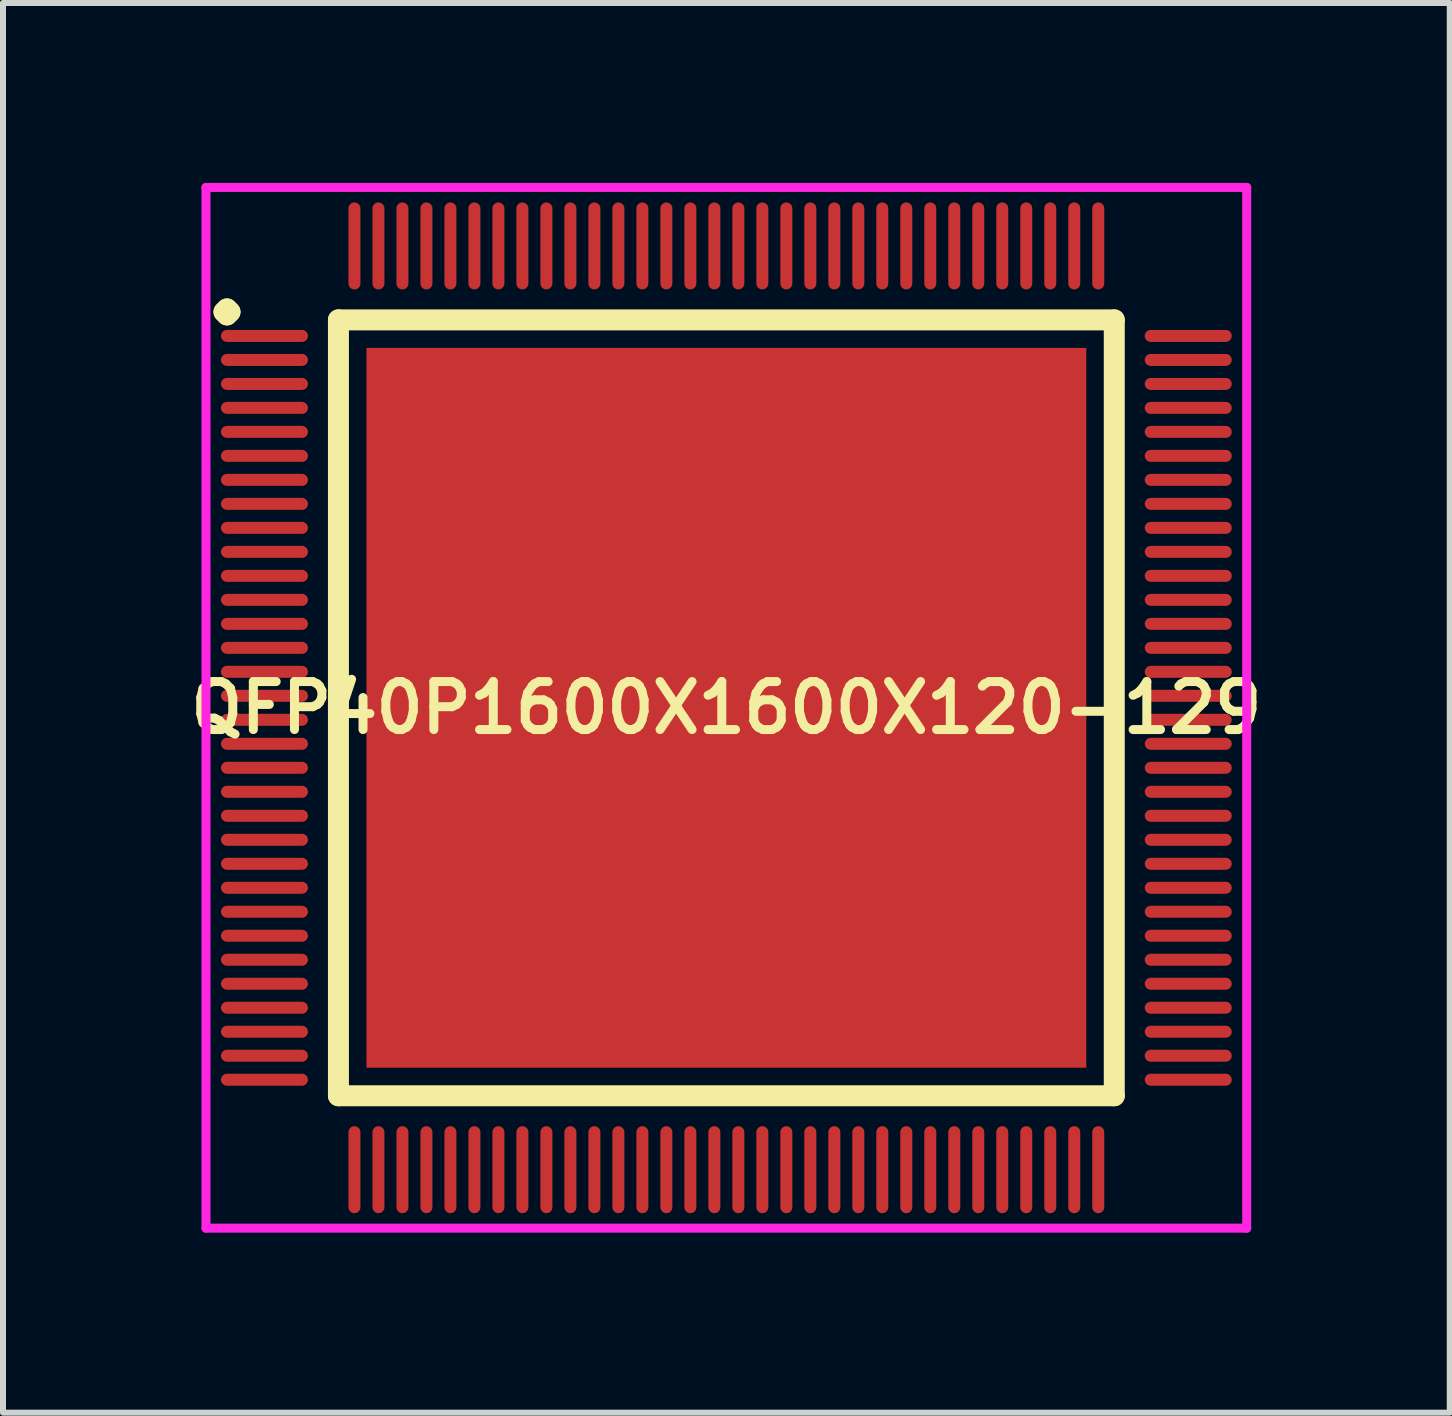
<source format=kicad_pcb>
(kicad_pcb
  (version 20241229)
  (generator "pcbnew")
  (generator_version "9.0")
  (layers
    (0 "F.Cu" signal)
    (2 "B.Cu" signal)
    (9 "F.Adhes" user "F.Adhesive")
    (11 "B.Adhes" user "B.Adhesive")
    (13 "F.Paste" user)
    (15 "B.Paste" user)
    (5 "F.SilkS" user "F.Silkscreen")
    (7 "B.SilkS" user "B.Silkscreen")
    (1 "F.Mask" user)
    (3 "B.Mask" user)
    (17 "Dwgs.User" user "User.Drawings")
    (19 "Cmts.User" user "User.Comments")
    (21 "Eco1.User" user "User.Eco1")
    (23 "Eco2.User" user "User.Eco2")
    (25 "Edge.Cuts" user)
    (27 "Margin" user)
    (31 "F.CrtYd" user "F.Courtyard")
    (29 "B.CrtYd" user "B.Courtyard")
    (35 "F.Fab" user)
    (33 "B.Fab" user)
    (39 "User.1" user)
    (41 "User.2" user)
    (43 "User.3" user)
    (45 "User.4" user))
  (footprint "QFP40P1600X1600X120-129"
    (layer "F.Cu")
    (at 9.059 8.75)
    (property "Reference" "QFP40P1600X1600X120-129" (at 0 0 0) (layer "F.SilkS") (effects (font (size 0.8 0.8) (thickness 0.15))))
    (attr smd)
    (fp_line (start -8.375 -6.6) (end -8.325 -6.65) (stroke (width 0.35) (type solid)) (layer "F.SilkS"))
    (fp_line (start -8.325 -6.65) (end -8.275 -6.6) (stroke (width 0.35) (type solid)) (layer "F.SilkS"))
    (fp_line (start -8.325 -6.55) (end -8.375 -6.6) (stroke (width 0.35) (type solid)) (layer "F.SilkS"))
    (fp_line (start -8.275 -6.6) (end -8.325 -6.55) (stroke (width 0.35) (type solid)) (layer "F.SilkS"))
    (fp_line (start -6.467 -6.467) (end -6.467 6.467) (stroke (width 0.35) (type solid)) (layer "F.SilkS"))
    (fp_line (start -6.467 6.467) (end 6.467 6.467) (stroke (width 0.35) (type solid)) (layer "F.SilkS"))
    (fp_line (start 6.467 -6.467) (end -6.467 -6.467) (stroke (width 0.35) (type solid)) (layer "F.SilkS"))
    (fp_line (start 6.467 6.467) (end 6.467 -6.467) (stroke (width 0.35) (type solid)) (layer "F.SilkS"))
    (fp_line (start -8.675 -8.675) (end 8.675 -8.675) (stroke (width 0.15) (type solid)) (layer "F.CrtYd"))
    (fp_line (start -8.675 8.675) (end -8.675 -8.675) (stroke (width 0.15) (type solid)) (layer "F.CrtYd"))
    (fp_line (start 8.675 -8.675) (end 8.675 8.675) (stroke (width 0.15) (type solid)) (layer "F.CrtYd"))
    (fp_line (start 8.675 8.675) (end -8.675 8.675) (stroke (width 0.15) (type solid)) (layer "F.CrtYd"))
    (pad "1" smd oval (at -7.7 -6.2) (size 1.45 0.2) (layers "F.Cu" "F.Mask" "F.Paste"))
    (pad "2" smd oval (at -7.7 -5.8) (size 1.45 0.2) (layers "F.Cu" "F.Mask" "F.Paste"))
    (pad "3" smd oval (at -7.7 -5.4) (size 1.45 0.2) (layers "F.Cu" "F.Mask" "F.Paste"))
    (pad "4" smd oval (at -7.7 -5) (size 1.45 0.2) (layers "F.Cu" "F.Mask" "F.Paste"))
    (pad "5" smd oval (at -7.7 -4.6) (size 1.45 0.2) (layers "F.Cu" "F.Mask" "F.Paste"))
    (pad "6" smd oval (at -7.7 -4.2) (size 1.45 0.2) (layers "F.Cu" "F.Mask" "F.Paste"))
    (pad "7" smd oval (at -7.7 -3.8) (size 1.45 0.2) (layers "F.Cu" "F.Mask" "F.Paste"))
    (pad "8" smd oval (at -7.7 -3.4) (size 1.45 0.2) (layers "F.Cu" "F.Mask" "F.Paste"))
    (pad "9" smd oval (at -7.7 -3) (size 1.45 0.2) (layers "F.Cu" "F.Mask" "F.Paste"))
    (pad "10" smd oval (at -7.7 -2.6) (size 1.45 0.2) (layers "F.Cu" "F.Mask" "F.Paste"))
    (pad "11" smd oval (at -7.7 -2.2) (size 1.45 0.2) (layers "F.Cu" "F.Mask" "F.Paste"))
    (pad "12" smd oval (at -7.7 -1.8) (size 1.45 0.2) (layers "F.Cu" "F.Mask" "F.Paste"))
    (pad "13" smd oval (at -7.7 -1.4) (size 1.45 0.2) (layers "F.Cu" "F.Mask" "F.Paste"))
    (pad "14" smd oval (at -7.7 -1) (size 1.45 0.2) (layers "F.Cu" "F.Mask" "F.Paste"))
    (pad "15" smd oval (at -7.7 -0.6) (size 1.45 0.2) (layers "F.Cu" "F.Mask" "F.Paste"))
    (pad "16" smd oval (at -7.7 -0.2) (size 1.45 0.2) (layers "F.Cu" "F.Mask" "F.Paste"))
    (pad "17" smd oval (at -7.7 0.2) (size 1.45 0.2) (layers "F.Cu" "F.Mask" "F.Paste"))
    (pad "18" smd oval (at -7.7 0.6) (size 1.45 0.2) (layers "F.Cu" "F.Mask" "F.Paste"))
    (pad "19" smd oval (at -7.7 1) (size 1.45 0.2) (layers "F.Cu" "F.Mask" "F.Paste"))
    (pad "20" smd oval (at -7.7 1.4) (size 1.45 0.2) (layers "F.Cu" "F.Mask" "F.Paste"))
    (pad "21" smd oval (at -7.7 1.8) (size 1.45 0.2) (layers "F.Cu" "F.Mask" "F.Paste"))
    (pad "22" smd oval (at -7.7 2.2) (size 1.45 0.2) (layers "F.Cu" "F.Mask" "F.Paste"))
    (pad "23" smd oval (at -7.7 2.6) (size 1.45 0.2) (layers "F.Cu" "F.Mask" "F.Paste"))
    (pad "24" smd oval (at -7.7 3) (size 1.45 0.2) (layers "F.Cu" "F.Mask" "F.Paste"))
    (pad "25" smd oval (at -7.7 3.4) (size 1.45 0.2) (layers "F.Cu" "F.Mask" "F.Paste"))
    (pad "26" smd oval (at -7.7 3.8) (size 1.45 0.2) (layers "F.Cu" "F.Mask" "F.Paste"))
    (pad "27" smd oval (at -7.7 4.2) (size 1.45 0.2) (layers "F.Cu" "F.Mask" "F.Paste"))
    (pad "28" smd oval (at -7.7 4.6) (size 1.45 0.2) (layers "F.Cu" "F.Mask" "F.Paste"))
    (pad "29" smd oval (at -7.7 5) (size 1.45 0.2) (layers "F.Cu" "F.Mask" "F.Paste"))
    (pad "30" smd oval (at -7.7 5.4) (size 1.45 0.2) (layers "F.Cu" "F.Mask" "F.Paste"))
    (pad "31" smd oval (at -7.7 5.8) (size 1.45 0.2) (layers "F.Cu" "F.Mask" "F.Paste"))
    (pad "32" smd oval (at -7.7 6.2) (size 1.45 0.2) (layers "F.Cu" "F.Mask" "F.Paste"))
    (pad "33" smd oval (at -6.2 7.7) (size 0.2 1.45) (layers "F.Cu" "F.Mask" "F.Paste"))
    (pad "34" smd oval (at -5.8 7.7) (size 0.2 1.45) (layers "F.Cu" "F.Mask" "F.Paste"))
    (pad "35" smd oval (at -5.4 7.7) (size 0.2 1.45) (layers "F.Cu" "F.Mask" "F.Paste"))
    (pad "36" smd oval (at -5 7.7) (size 0.2 1.45) (layers "F.Cu" "F.Mask" "F.Paste"))
    (pad "37" smd oval (at -4.6 7.7) (size 0.2 1.45) (layers "F.Cu" "F.Mask" "F.Paste"))
    (pad "38" smd oval (at -4.2 7.7) (size 0.2 1.45) (layers "F.Cu" "F.Mask" "F.Paste"))
    (pad "39" smd oval (at -3.8 7.7) (size 0.2 1.45) (layers "F.Cu" "F.Mask" "F.Paste"))
    (pad "40" smd oval (at -3.4 7.7) (size 0.2 1.45) (layers "F.Cu" "F.Mask" "F.Paste"))
    (pad "41" smd oval (at -3 7.7) (size 0.2 1.45) (layers "F.Cu" "F.Mask" "F.Paste"))
    (pad "42" smd oval (at -2.6 7.7) (size 0.2 1.45) (layers "F.Cu" "F.Mask" "F.Paste"))
    (pad "43" smd oval (at -2.2 7.7) (size 0.2 1.45) (layers "F.Cu" "F.Mask" "F.Paste"))
    (pad "44" smd oval (at -1.8 7.7) (size 0.2 1.45) (layers "F.Cu" "F.Mask" "F.Paste"))
    (pad "45" smd oval (at -1.4 7.7) (size 0.2 1.45) (layers "F.Cu" "F.Mask" "F.Paste"))
    (pad "46" smd oval (at -1 7.7) (size 0.2 1.45) (layers "F.Cu" "F.Mask" "F.Paste"))
    (pad "47" smd oval (at -0.6 7.7) (size 0.2 1.45) (layers "F.Cu" "F.Mask" "F.Paste"))
    (pad "48" smd oval (at -0.2 7.7) (size 0.2 1.45) (layers "F.Cu" "F.Mask" "F.Paste"))
    (pad "49" smd oval (at 0.2 7.7) (size 0.2 1.45) (layers "F.Cu" "F.Mask" "F.Paste"))
    (pad "50" smd oval (at 0.6 7.7) (size 0.2 1.45) (layers "F.Cu" "F.Mask" "F.Paste"))
    (pad "51" smd oval (at 1 7.7) (size 0.2 1.45) (layers "F.Cu" "F.Mask" "F.Paste"))
    (pad "52" smd oval (at 1.4 7.7) (size 0.2 1.45) (layers "F.Cu" "F.Mask" "F.Paste"))
    (pad "53" smd oval (at 1.8 7.7) (size 0.2 1.45) (layers "F.Cu" "F.Mask" "F.Paste"))
    (pad "54" smd oval (at 2.2 7.7) (size 0.2 1.45) (layers "F.Cu" "F.Mask" "F.Paste"))
    (pad "55" smd oval (at 2.6 7.7) (size 0.2 1.45) (layers "F.Cu" "F.Mask" "F.Paste"))
    (pad "56" smd oval (at 3 7.7) (size 0.2 1.45) (layers "F.Cu" "F.Mask" "F.Paste"))
    (pad "57" smd oval (at 3.4 7.7) (size 0.2 1.45) (layers "F.Cu" "F.Mask" "F.Paste"))
    (pad "58" smd oval (at 3.8 7.7) (size 0.2 1.45) (layers "F.Cu" "F.Mask" "F.Paste"))
    (pad "59" smd oval (at 4.2 7.7) (size 0.2 1.45) (layers "F.Cu" "F.Mask" "F.Paste"))
    (pad "60" smd oval (at 4.6 7.7) (size 0.2 1.45) (layers "F.Cu" "F.Mask" "F.Paste"))
    (pad "61" smd oval (at 5 7.7) (size 0.2 1.45) (layers "F.Cu" "F.Mask" "F.Paste"))
    (pad "62" smd oval (at 5.4 7.7) (size 0.2 1.45) (layers "F.Cu" "F.Mask" "F.Paste"))
    (pad "63" smd oval (at 5.8 7.7) (size 0.2 1.45) (layers "F.Cu" "F.Mask" "F.Paste"))
    (pad "64" smd oval (at 6.2 7.7) (size 0.2 1.45) (layers "F.Cu" "F.Mask" "F.Paste"))
    (pad "65" smd oval (at 7.7 6.2) (size 1.45 0.2) (layers "F.Cu" "F.Mask" "F.Paste"))
    (pad "66" smd oval (at 7.7 5.8) (size 1.45 0.2) (layers "F.Cu" "F.Mask" "F.Paste"))
    (pad "67" smd oval (at 7.7 5.4) (size 1.45 0.2) (layers "F.Cu" "F.Mask" "F.Paste"))
    (pad "68" smd oval (at 7.7 5) (size 1.45 0.2) (layers "F.Cu" "F.Mask" "F.Paste"))
    (pad "69" smd oval (at 7.7 4.6) (size 1.45 0.2) (layers "F.Cu" "F.Mask" "F.Paste"))
    (pad "70" smd oval (at 7.7 4.2) (size 1.45 0.2) (layers "F.Cu" "F.Mask" "F.Paste"))
    (pad "71" smd oval (at 7.7 3.8) (size 1.45 0.2) (layers "F.Cu" "F.Mask" "F.Paste"))
    (pad "72" smd oval (at 7.7 3.4) (size 1.45 0.2) (layers "F.Cu" "F.Mask" "F.Paste"))
    (pad "73" smd oval (at 7.7 3) (size 1.45 0.2) (layers "F.Cu" "F.Mask" "F.Paste"))
    (pad "74" smd oval (at 7.7 2.6) (size 1.45 0.2) (layers "F.Cu" "F.Mask" "F.Paste"))
    (pad "75" smd oval (at 7.7 2.2) (size 1.45 0.2) (layers "F.Cu" "F.Mask" "F.Paste"))
    (pad "76" smd oval (at 7.7 1.8) (size 1.45 0.2) (layers "F.Cu" "F.Mask" "F.Paste"))
    (pad "77" smd oval (at 7.7 1.4) (size 1.45 0.2) (layers "F.Cu" "F.Mask" "F.Paste"))
    (pad "78" smd oval (at 7.7 1) (size 1.45 0.2) (layers "F.Cu" "F.Mask" "F.Paste"))
    (pad "79" smd oval (at 7.7 0.6) (size 1.45 0.2) (layers "F.Cu" "F.Mask" "F.Paste"))
    (pad "80" smd oval (at 7.7 0.2) (size 1.45 0.2) (layers "F.Cu" "F.Mask" "F.Paste"))
    (pad "81" smd oval (at 7.7 -0.2) (size 1.45 0.2) (layers "F.Cu" "F.Mask" "F.Paste"))
    (pad "82" smd oval (at 7.7 -0.6) (size 1.45 0.2) (layers "F.Cu" "F.Mask" "F.Paste"))
    (pad "83" smd oval (at 7.7 -1) (size 1.45 0.2) (layers "F.Cu" "F.Mask" "F.Paste"))
    (pad "84" smd oval (at 7.7 -1.4) (size 1.45 0.2) (layers "F.Cu" "F.Mask" "F.Paste"))
    (pad "85" smd oval (at 7.7 -1.8) (size 1.45 0.2) (layers "F.Cu" "F.Mask" "F.Paste"))
    (pad "86" smd oval (at 7.7 -2.2) (size 1.45 0.2) (layers "F.Cu" "F.Mask" "F.Paste"))
    (pad "87" smd oval (at 7.7 -2.6) (size 1.45 0.2) (layers "F.Cu" "F.Mask" "F.Paste"))
    (pad "88" smd oval (at 7.7 -3) (size 1.45 0.2) (layers "F.Cu" "F.Mask" "F.Paste"))
    (pad "89" smd oval (at 7.7 -3.4) (size 1.45 0.2) (layers "F.Cu" "F.Mask" "F.Paste"))
    (pad "90" smd oval (at 7.7 -3.8) (size 1.45 0.2) (layers "F.Cu" "F.Mask" "F.Paste"))
    (pad "91" smd oval (at 7.7 -4.2) (size 1.45 0.2) (layers "F.Cu" "F.Mask" "F.Paste"))
    (pad "92" smd oval (at 7.7 -4.6) (size 1.45 0.2) (layers "F.Cu" "F.Mask" "F.Paste"))
    (pad "93" smd oval (at 7.7 -5) (size 1.45 0.2) (layers "F.Cu" "F.Mask" "F.Paste"))
    (pad "94" smd oval (at 7.7 -5.4) (size 1.45 0.2) (layers "F.Cu" "F.Mask" "F.Paste"))
    (pad "95" smd oval (at 7.7 -5.8) (size 1.45 0.2) (layers "F.Cu" "F.Mask" "F.Paste"))
    (pad "96" smd oval (at 7.7 -6.2) (size 1.45 0.2) (layers "F.Cu" "F.Mask" "F.Paste"))
    (pad "97" smd oval (at 6.2 -7.7) (size 0.2 1.45) (layers "F.Cu" "F.Mask" "F.Paste"))
    (pad "98" smd oval (at 5.8 -7.7) (size 0.2 1.45) (layers "F.Cu" "F.Mask" "F.Paste"))
    (pad "99" smd oval (at 5.4 -7.7) (size 0.2 1.45) (layers "F.Cu" "F.Mask" "F.Paste"))
    (pad "100" smd oval (at 5 -7.7) (size 0.2 1.45) (layers "F.Cu" "F.Mask" "F.Paste"))
    (pad "101" smd oval (at 4.6 -7.7) (size 0.2 1.45) (layers "F.Cu" "F.Mask" "F.Paste"))
    (pad "102" smd oval (at 4.2 -7.7) (size 0.2 1.45) (layers "F.Cu" "F.Mask" "F.Paste"))
    (pad "103" smd oval (at 3.8 -7.7) (size 0.2 1.45) (layers "F.Cu" "F.Mask" "F.Paste"))
    (pad "104" smd oval (at 3.4 -7.7) (size 0.2 1.45) (layers "F.Cu" "F.Mask" "F.Paste"))
    (pad "105" smd oval (at 3 -7.7) (size 0.2 1.45) (layers "F.Cu" "F.Mask" "F.Paste"))
    (pad "106" smd oval (at 2.6 -7.7) (size 0.2 1.45) (layers "F.Cu" "F.Mask" "F.Paste"))
    (pad "107" smd oval (at 2.2 -7.7) (size 0.2 1.45) (layers "F.Cu" "F.Mask" "F.Paste"))
    (pad "108" smd oval (at 1.8 -7.7) (size 0.2 1.45) (layers "F.Cu" "F.Mask" "F.Paste"))
    (pad "109" smd oval (at 1.4 -7.7) (size 0.2 1.45) (layers "F.Cu" "F.Mask" "F.Paste"))
    (pad "110" smd oval (at 1 -7.7) (size 0.2 1.45) (layers "F.Cu" "F.Mask" "F.Paste"))
    (pad "111" smd oval (at 0.6 -7.7) (size 0.2 1.45) (layers "F.Cu" "F.Mask" "F.Paste"))
    (pad "112" smd oval (at 0.2 -7.7) (size 0.2 1.45) (layers "F.Cu" "F.Mask" "F.Paste"))
    (pad "113" smd oval (at -0.2 -7.7) (size 0.2 1.45) (layers "F.Cu" "F.Mask" "F.Paste"))
    (pad "114" smd oval (at -0.6 -7.7) (size 0.2 1.45) (layers "F.Cu" "F.Mask" "F.Paste"))
    (pad "115" smd oval (at -1 -7.7) (size 0.2 1.45) (layers "F.Cu" "F.Mask" "F.Paste"))
    (pad "116" smd oval (at -1.4 -7.7) (size 0.2 1.45) (layers "F.Cu" "F.Mask" "F.Paste"))
    (pad "117" smd oval (at -1.8 -7.7) (size 0.2 1.45) (layers "F.Cu" "F.Mask" "F.Paste"))
    (pad "118" smd oval (at -2.2 -7.7) (size 0.2 1.45) (layers "F.Cu" "F.Mask" "F.Paste"))
    (pad "119" smd oval (at -2.6 -7.7) (size 0.2 1.45) (layers "F.Cu" "F.Mask" "F.Paste"))
    (pad "120" smd oval (at -3 -7.7) (size 0.2 1.45) (layers "F.Cu" "F.Mask" "F.Paste"))
    (pad "121" smd oval (at -3.4 -7.7) (size 0.2 1.45) (layers "F.Cu" "F.Mask" "F.Paste"))
    (pad "122" smd oval (at -3.8 -7.7) (size 0.2 1.45) (layers "F.Cu" "F.Mask" "F.Paste"))
    (pad "123" smd oval (at -4.2 -7.7) (size 0.2 1.45) (layers "F.Cu" "F.Mask" "F.Paste"))
    (pad "124" smd oval (at -4.6 -7.7) (size 0.2 1.45) (layers "F.Cu" "F.Mask" "F.Paste"))
    (pad "125" smd oval (at -5 -7.7) (size 0.2 1.45) (layers "F.Cu" "F.Mask" "F.Paste"))
    (pad "126" smd oval (at -5.4 -7.7) (size 0.2 1.45) (layers "F.Cu" "F.Mask" "F.Paste"))
    (pad "127" smd oval (at -5.8 -7.7) (size 0.2 1.45) (layers "F.Cu" "F.Mask" "F.Paste"))
    (pad "128" smd oval (at -6.2 -7.7) (size 0.2 1.45) (layers "F.Cu" "F.Mask" "F.Paste"))
    (pad "129" smd rect (at 0 0) (size 12 12) (layers "F.Cu" "F.Mask" "F.Paste")))
  (gr_rect
    (start -3 -3)
    (end 21.119 20.5)
    (stroke (width 0.1) (type default))
    (fill no)
    (layer "Edge.Cuts")))
</source>
